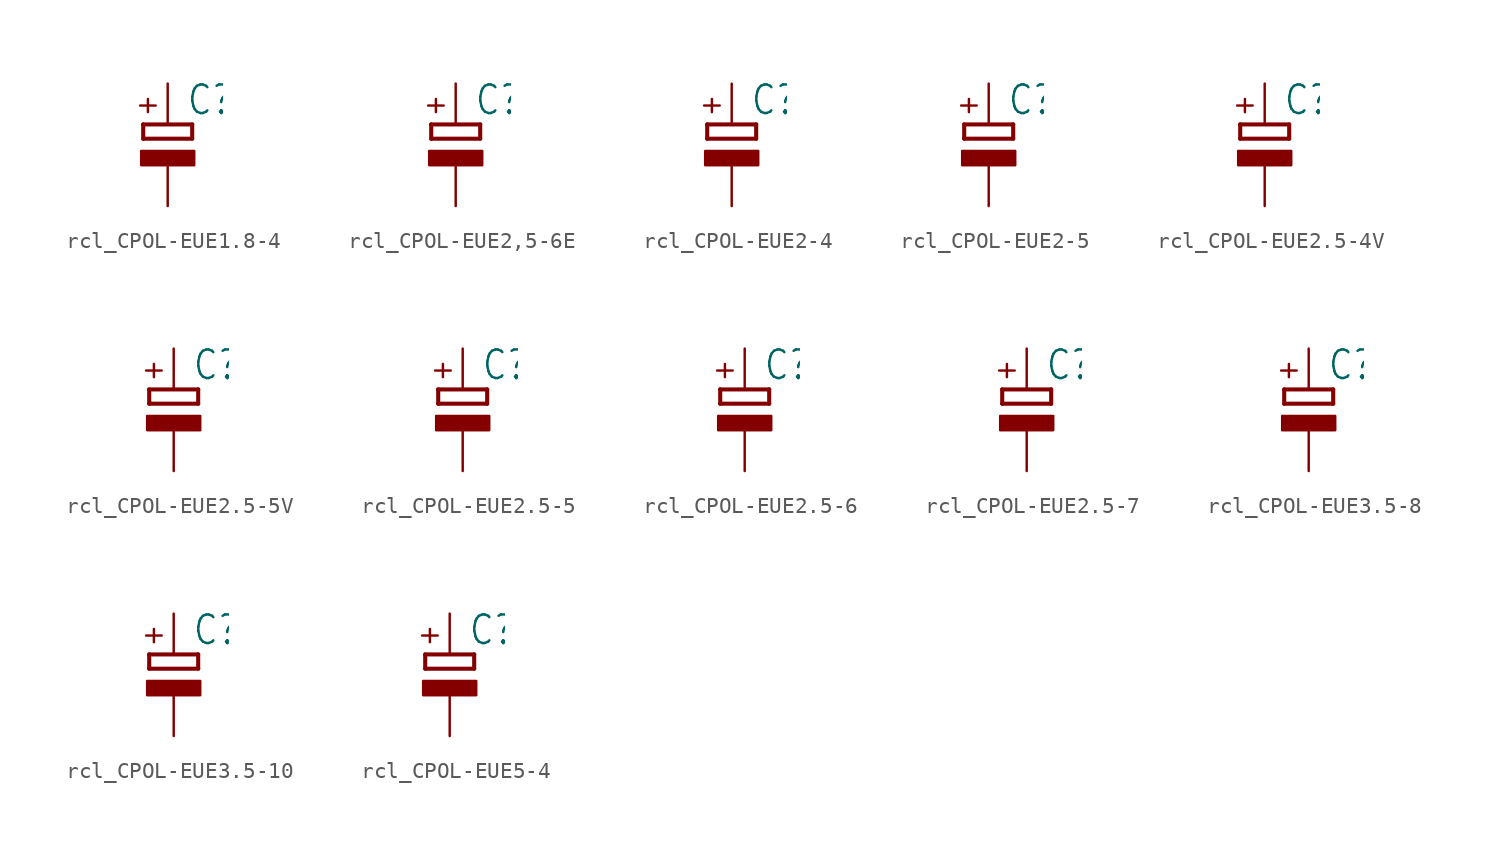
<source format=kicad_sym>
(kicad_symbol_lib
  (version 20231120)
  (generator "kicad_symbol_editor")
  (generator_version "8.0")
  (symbol "rcl_CPOL-EUE1.8-4"
    (property "Reference" "C"
      (at 1.143 0.483 0)
      (effects (font (size 1.778 1.511)) (justify left bottom)))
    (property "Value" ""
      (at 1.143 -4.597 0)
      (effects (font (size 1.778 1.511)) (justify left bottom)))
    (property "ki_locked" ""
      (at 0 0 0)
      (effects (font (size 1.27 1.27))))
    (symbol "rcl_CPOL-EUE1.8-4_1_0"
      (rectangle (start -1.651 -2.54) (end 1.651 -1.651) (stroke (width 0) (type default)) (fill (type outline)))
      (polyline (pts (xy -1.524 -0.889) (xy 1.524 -0.889)) (stroke (width 0.254) (type solid)) (fill (type none)))
      (polyline (pts (xy -1.524 0) (xy -1.524 -0.889)) (stroke (width 0.254) (type solid)) (fill (type none)))
      (polyline (pts (xy -1.524 0) (xy 1.524 0)) (stroke (width 0.254) (type solid)) (fill (type none)))
      (polyline (pts (xy 1.524 -0.889) (xy 1.524 0)) (stroke (width 0.254) (type solid)) (fill (type none)))
      (text "+" (at -0.584 0.406 900) (effects (font (size 1.27 1.079)) (justify left bottom)))
      (pin passive line (at 0 2.54 270) (length 2.54) (name "+" (effects (font (size 0 0)))) (number "+" (effects (font (size 0 0)))))
      (pin passive line (at 0 -5.08 90) (length 2.54) (name "-" (effects (font (size 0 0)))) (number "-" (effects (font (size 0 0)))))))
  (symbol "rcl_CPOL-EUE2,5-6E"
    (property "Reference" "C"
      (at 1.143 0.483 0)
      (effects (font (size 1.778 1.511)) (justify left bottom)))
    (property "Value" ""
      (at 1.143 -4.597 0)
      (effects (font (size 1.778 1.511)) (justify left bottom)))
    (property "ki_locked" ""
      (at 0 0 0)
      (effects (font (size 1.27 1.27))))
    (symbol "rcl_CPOL-EUE2,5-6E_1_0"
      (rectangle (start -1.651 -2.54) (end 1.651 -1.651) (stroke (width 0) (type default)) (fill (type outline)))
      (polyline (pts (xy -1.524 -0.889) (xy 1.524 -0.889)) (stroke (width 0.254) (type solid)) (fill (type none)))
      (polyline (pts (xy -1.524 0) (xy -1.524 -0.889)) (stroke (width 0.254) (type solid)) (fill (type none)))
      (polyline (pts (xy -1.524 0) (xy 1.524 0)) (stroke (width 0.254) (type solid)) (fill (type none)))
      (polyline (pts (xy 1.524 -0.889) (xy 1.524 0)) (stroke (width 0.254) (type solid)) (fill (type none)))
      (text "+" (at -0.584 0.406 900) (effects (font (size 1.27 1.079)) (justify left bottom)))
      (pin passive line (at 0 2.54 270) (length 2.54) (name "+" (effects (font (size 0 0)))) (number "+" (effects (font (size 0 0)))))
      (pin passive line (at 0 -5.08 90) (length 2.54) (name "-" (effects (font (size 0 0)))) (number "-" (effects (font (size 0 0)))))))
  (symbol "rcl_CPOL-EUE2-4"
    (property "Reference" "C"
      (at 1.143 0.483 0)
      (effects (font (size 1.778 1.511)) (justify left bottom)))
    (property "Value" ""
      (at 1.143 -4.597 0)
      (effects (font (size 1.778 1.511)) (justify left bottom)))
    (property "ki_locked" ""
      (at 0 0 0)
      (effects (font (size 1.27 1.27))))
    (symbol "rcl_CPOL-EUE2-4_1_0"
      (rectangle (start -1.651 -2.54) (end 1.651 -1.651) (stroke (width 0) (type default)) (fill (type outline)))
      (polyline (pts (xy -1.524 -0.889) (xy 1.524 -0.889)) (stroke (width 0.254) (type solid)) (fill (type none)))
      (polyline (pts (xy -1.524 0) (xy -1.524 -0.889)) (stroke (width 0.254) (type solid)) (fill (type none)))
      (polyline (pts (xy -1.524 0) (xy 1.524 0)) (stroke (width 0.254) (type solid)) (fill (type none)))
      (polyline (pts (xy 1.524 -0.889) (xy 1.524 0)) (stroke (width 0.254) (type solid)) (fill (type none)))
      (text "+" (at -0.584 0.406 900) (effects (font (size 1.27 1.079)) (justify left bottom)))
      (pin passive line (at 0 2.54 270) (length 2.54) (name "+" (effects (font (size 0 0)))) (number "+" (effects (font (size 0 0)))))
      (pin passive line (at 0 -5.08 90) (length 2.54) (name "-" (effects (font (size 0 0)))) (number "-" (effects (font (size 0 0)))))))
  (symbol "rcl_CPOL-EUE2-5"
    (property "Reference" "C"
      (at 1.143 0.483 0)
      (effects (font (size 1.778 1.511)) (justify left bottom)))
    (property "Value" ""
      (at 1.143 -4.597 0)
      (effects (font (size 1.778 1.511)) (justify left bottom)))
    (property "ki_locked" ""
      (at 0 0 0)
      (effects (font (size 1.27 1.27))))
    (symbol "rcl_CPOL-EUE2-5_1_0"
      (rectangle (start -1.651 -2.54) (end 1.651 -1.651) (stroke (width 0) (type default)) (fill (type outline)))
      (polyline (pts (xy -1.524 -0.889) (xy 1.524 -0.889)) (stroke (width 0.254) (type solid)) (fill (type none)))
      (polyline (pts (xy -1.524 0) (xy -1.524 -0.889)) (stroke (width 0.254) (type solid)) (fill (type none)))
      (polyline (pts (xy -1.524 0) (xy 1.524 0)) (stroke (width 0.254) (type solid)) (fill (type none)))
      (polyline (pts (xy 1.524 -0.889) (xy 1.524 0)) (stroke (width 0.254) (type solid)) (fill (type none)))
      (text "+" (at -0.584 0.406 900) (effects (font (size 1.27 1.079)) (justify left bottom)))
      (pin passive line (at 0 2.54 270) (length 2.54) (name "+" (effects (font (size 0 0)))) (number "+" (effects (font (size 0 0)))))
      (pin passive line (at 0 -5.08 90) (length 2.54) (name "-" (effects (font (size 0 0)))) (number "-" (effects (font (size 0 0)))))))
  (symbol "rcl_CPOL-EUE2.5-4V"
    (property "Reference" "C"
      (at 1.143 0.483 0)
      (effects (font (size 1.778 1.511)) (justify left bottom)))
    (property "Value" ""
      (at 1.143 -4.597 0)
      (effects (font (size 1.778 1.511)) (justify left bottom)))
    (property "ki_locked" ""
      (at 0 0 0)
      (effects (font (size 1.27 1.27))))
    (symbol "rcl_CPOL-EUE2.5-4V_1_0"
      (rectangle (start -1.651 -2.54) (end 1.651 -1.651) (stroke (width 0) (type default)) (fill (type outline)))
      (polyline (pts (xy -1.524 -0.889) (xy 1.524 -0.889)) (stroke (width 0.254) (type solid)) (fill (type none)))
      (polyline (pts (xy -1.524 0) (xy -1.524 -0.889)) (stroke (width 0.254) (type solid)) (fill (type none)))
      (polyline (pts (xy -1.524 0) (xy 1.524 0)) (stroke (width 0.254) (type solid)) (fill (type none)))
      (polyline (pts (xy 1.524 -0.889) (xy 1.524 0)) (stroke (width 0.254) (type solid)) (fill (type none)))
      (text "+" (at -0.584 0.406 900) (effects (font (size 1.27 1.079)) (justify left bottom)))
      (pin passive line (at 0 2.54 270) (length 2.54) (name "+" (effects (font (size 0 0)))) (number "+" (effects (font (size 0 0)))))
      (pin passive line (at 0 -5.08 90) (length 2.54) (name "-" (effects (font (size 0 0)))) (number "-" (effects (font (size 0 0)))))))
  (symbol "rcl_CPOL-EUE2.5-5V"
    (property "Reference" "C"
      (at 1.143 0.483 0)
      (effects (font (size 1.778 1.511)) (justify left bottom)))
    (property "Value" ""
      (at 1.143 -4.597 0)
      (effects (font (size 1.778 1.511)) (justify left bottom)))
    (property "ki_locked" ""
      (at 0 0 0)
      (effects (font (size 1.27 1.27))))
    (symbol "rcl_CPOL-EUE2.5-5V_1_0"
      (rectangle (start -1.651 -2.54) (end 1.651 -1.651) (stroke (width 0) (type default)) (fill (type outline)))
      (polyline (pts (xy -1.524 -0.889) (xy 1.524 -0.889)) (stroke (width 0.254) (type solid)) (fill (type none)))
      (polyline (pts (xy -1.524 0) (xy -1.524 -0.889)) (stroke (width 0.254) (type solid)) (fill (type none)))
      (polyline (pts (xy -1.524 0) (xy 1.524 0)) (stroke (width 0.254) (type solid)) (fill (type none)))
      (polyline (pts (xy 1.524 -0.889) (xy 1.524 0)) (stroke (width 0.254) (type solid)) (fill (type none)))
      (text "+" (at -0.584 0.406 900) (effects (font (size 1.27 1.079)) (justify left bottom)))
      (pin passive line (at 0 2.54 270) (length 2.54) (name "+" (effects (font (size 0 0)))) (number "+" (effects (font (size 0 0)))))
      (pin passive line (at 0 -5.08 90) (length 2.54) (name "-" (effects (font (size 0 0)))) (number "-" (effects (font (size 0 0)))))))
  (symbol "rcl_CPOL-EUE2.5-5"
    (property "Reference" "C"
      (at 1.143 0.483 0)
      (effects (font (size 1.778 1.511)) (justify left bottom)))
    (property "Value" ""
      (at 1.143 -4.597 0)
      (effects (font (size 1.778 1.511)) (justify left bottom)))
    (property "ki_locked" ""
      (at 0 0 0)
      (effects (font (size 1.27 1.27))))
    (symbol "rcl_CPOL-EUE2.5-5_1_0"
      (rectangle (start -1.651 -2.54) (end 1.651 -1.651) (stroke (width 0) (type default)) (fill (type outline)))
      (polyline (pts (xy -1.524 -0.889) (xy 1.524 -0.889)) (stroke (width 0.254) (type solid)) (fill (type none)))
      (polyline (pts (xy -1.524 0) (xy -1.524 -0.889)) (stroke (width 0.254) (type solid)) (fill (type none)))
      (polyline (pts (xy -1.524 0) (xy 1.524 0)) (stroke (width 0.254) (type solid)) (fill (type none)))
      (polyline (pts (xy 1.524 -0.889) (xy 1.524 0)) (stroke (width 0.254) (type solid)) (fill (type none)))
      (text "+" (at -0.584 0.406 900) (effects (font (size 1.27 1.079)) (justify left bottom)))
      (pin passive line (at 0 2.54 270) (length 2.54) (name "+" (effects (font (size 0 0)))) (number "+" (effects (font (size 0 0)))))
      (pin passive line (at 0 -5.08 90) (length 2.54) (name "-" (effects (font (size 0 0)))) (number "-" (effects (font (size 0 0)))))))
  (symbol "rcl_CPOL-EUE2.5-6"
    (property "Reference" "C"
      (at 1.143 0.483 0)
      (effects (font (size 1.778 1.511)) (justify left bottom)))
    (property "Value" ""
      (at 1.143 -4.597 0)
      (effects (font (size 1.778 1.511)) (justify left bottom)))
    (property "ki_locked" ""
      (at 0 0 0)
      (effects (font (size 1.27 1.27))))
    (symbol "rcl_CPOL-EUE2.5-6_1_0"
      (rectangle (start -1.651 -2.54) (end 1.651 -1.651) (stroke (width 0) (type default)) (fill (type outline)))
      (polyline (pts (xy -1.524 -0.889) (xy 1.524 -0.889)) (stroke (width 0.254) (type solid)) (fill (type none)))
      (polyline (pts (xy -1.524 0) (xy -1.524 -0.889)) (stroke (width 0.254) (type solid)) (fill (type none)))
      (polyline (pts (xy -1.524 0) (xy 1.524 0)) (stroke (width 0.254) (type solid)) (fill (type none)))
      (polyline (pts (xy 1.524 -0.889) (xy 1.524 0)) (stroke (width 0.254) (type solid)) (fill (type none)))
      (text "+" (at -0.584 0.406 900) (effects (font (size 1.27 1.079)) (justify left bottom)))
      (pin passive line (at 0 2.54 270) (length 2.54) (name "+" (effects (font (size 0 0)))) (number "+" (effects (font (size 0 0)))))
      (pin passive line (at 0 -5.08 90) (length 2.54) (name "-" (effects (font (size 0 0)))) (number "-" (effects (font (size 0 0)))))))
  (symbol "rcl_CPOL-EUE2.5-7"
    (property "Reference" "C"
      (at 1.143 0.483 0)
      (effects (font (size 1.778 1.511)) (justify left bottom)))
    (property "Value" ""
      (at 1.143 -4.597 0)
      (effects (font (size 1.778 1.511)) (justify left bottom)))
    (property "ki_locked" ""
      (at 0 0 0)
      (effects (font (size 1.27 1.27))))
    (symbol "rcl_CPOL-EUE2.5-7_1_0"
      (rectangle (start -1.651 -2.54) (end 1.651 -1.651) (stroke (width 0) (type default)) (fill (type outline)))
      (polyline (pts (xy -1.524 -0.889) (xy 1.524 -0.889)) (stroke (width 0.254) (type solid)) (fill (type none)))
      (polyline (pts (xy -1.524 0) (xy -1.524 -0.889)) (stroke (width 0.254) (type solid)) (fill (type none)))
      (polyline (pts (xy -1.524 0) (xy 1.524 0)) (stroke (width 0.254) (type solid)) (fill (type none)))
      (polyline (pts (xy 1.524 -0.889) (xy 1.524 0)) (stroke (width 0.254) (type solid)) (fill (type none)))
      (text "+" (at -0.584 0.406 900) (effects (font (size 1.27 1.079)) (justify left bottom)))
      (pin passive line (at 0 2.54 270) (length 2.54) (name "+" (effects (font (size 0 0)))) (number "+" (effects (font (size 0 0)))))
      (pin passive line (at 0 -5.08 90) (length 2.54) (name "-" (effects (font (size 0 0)))) (number "-" (effects (font (size 0 0)))))))
  (symbol "rcl_CPOL-EUE3.5-8"
    (property "Reference" "C"
      (at 1.143 0.483 0)
      (effects (font (size 1.778 1.511)) (justify left bottom)))
    (property "Value" ""
      (at 1.143 -4.597 0)
      (effects (font (size 1.778 1.511)) (justify left bottom)))
    (property "ki_locked" ""
      (at 0 0 0)
      (effects (font (size 1.27 1.27))))
    (symbol "rcl_CPOL-EUE3.5-8_1_0"
      (rectangle (start -1.651 -2.54) (end 1.651 -1.651) (stroke (width 0) (type default)) (fill (type outline)))
      (polyline (pts (xy -1.524 -0.889) (xy 1.524 -0.889)) (stroke (width 0.254) (type solid)) (fill (type none)))
      (polyline (pts (xy -1.524 0) (xy -1.524 -0.889)) (stroke (width 0.254) (type solid)) (fill (type none)))
      (polyline (pts (xy -1.524 0) (xy 1.524 0)) (stroke (width 0.254) (type solid)) (fill (type none)))
      (polyline (pts (xy 1.524 -0.889) (xy 1.524 0)) (stroke (width 0.254) (type solid)) (fill (type none)))
      (text "+" (at -0.584 0.406 900) (effects (font (size 1.27 1.079)) (justify left bottom)))
      (pin passive line (at 0 2.54 270) (length 2.54) (name "+" (effects (font (size 0 0)))) (number "+" (effects (font (size 0 0)))))
      (pin passive line (at 0 -5.08 90) (length 2.54) (name "-" (effects (font (size 0 0)))) (number "-" (effects (font (size 0 0)))))))
  (symbol "rcl_CPOL-EUE3.5-10"
    (property "Reference" "C"
      (at 1.143 0.483 0)
      (effects (font (size 1.778 1.511)) (justify left bottom)))
    (property "Value" ""
      (at 1.143 -4.597 0)
      (effects (font (size 1.778 1.511)) (justify left bottom)))
    (property "ki_locked" ""
      (at 0 0 0)
      (effects (font (size 1.27 1.27))))
    (symbol "rcl_CPOL-EUE3.5-10_1_0"
      (rectangle (start -1.651 -2.54) (end 1.651 -1.651) (stroke (width 0) (type default)) (fill (type outline)))
      (polyline (pts (xy -1.524 -0.889) (xy 1.524 -0.889)) (stroke (width 0.254) (type solid)) (fill (type none)))
      (polyline (pts (xy -1.524 0) (xy -1.524 -0.889)) (stroke (width 0.254) (type solid)) (fill (type none)))
      (polyline (pts (xy -1.524 0) (xy 1.524 0)) (stroke (width 0.254) (type solid)) (fill (type none)))
      (polyline (pts (xy 1.524 -0.889) (xy 1.524 0)) (stroke (width 0.254) (type solid)) (fill (type none)))
      (text "+" (at -0.584 0.406 900) (effects (font (size 1.27 1.079)) (justify left bottom)))
      (pin passive line (at 0 2.54 270) (length 2.54) (name "+" (effects (font (size 0 0)))) (number "+" (effects (font (size 0 0)))))
      (pin passive line (at 0 -5.08 90) (length 2.54) (name "-" (effects (font (size 0 0)))) (number "-" (effects (font (size 0 0)))))))
  (symbol "rcl_CPOL-EUE5-4"
    (property "Reference" "C"
      (at 1.143 0.483 0)
      (effects (font (size 1.778 1.511)) (justify left bottom)))
    (property "Value" ""
      (at 1.143 -4.597 0)
      (effects (font (size 1.778 1.511)) (justify left bottom)))
    (property "ki_locked" ""
      (at 0 0 0)
      (effects (font (size 1.27 1.27))))
    (symbol "rcl_CPOL-EUE5-4_1_0"
      (rectangle (start -1.651 -2.54) (end 1.651 -1.651) (stroke (width 0) (type default)) (fill (type outline)))
      (polyline (pts (xy -1.524 -0.889) (xy 1.524 -0.889)) (stroke (width 0.254) (type solid)) (fill (type none)))
      (polyline (pts (xy -1.524 0) (xy -1.524 -0.889)) (stroke (width 0.254) (type solid)) (fill (type none)))
      (polyline (pts (xy -1.524 0) (xy 1.524 0)) (stroke (width 0.254) (type solid)) (fill (type none)))
      (polyline (pts (xy 1.524 -0.889) (xy 1.524 0)) (stroke (width 0.254) (type solid)) (fill (type none)))
      (text "+" (at -0.584 0.406 900) (effects (font (size 1.27 1.079)) (justify left bottom)))
      (pin passive line (at 0 2.54 270) (length 2.54) (name "+" (effects (font (size 0 0)))) (number "+" (effects (font (size 0 0)))))
      (pin passive line (at 0 -5.08 90) (length 2.54) (name "-" (effects (font (size 0 0)))) (number "-" (effects (font (size 0 0))))))))
</source>
